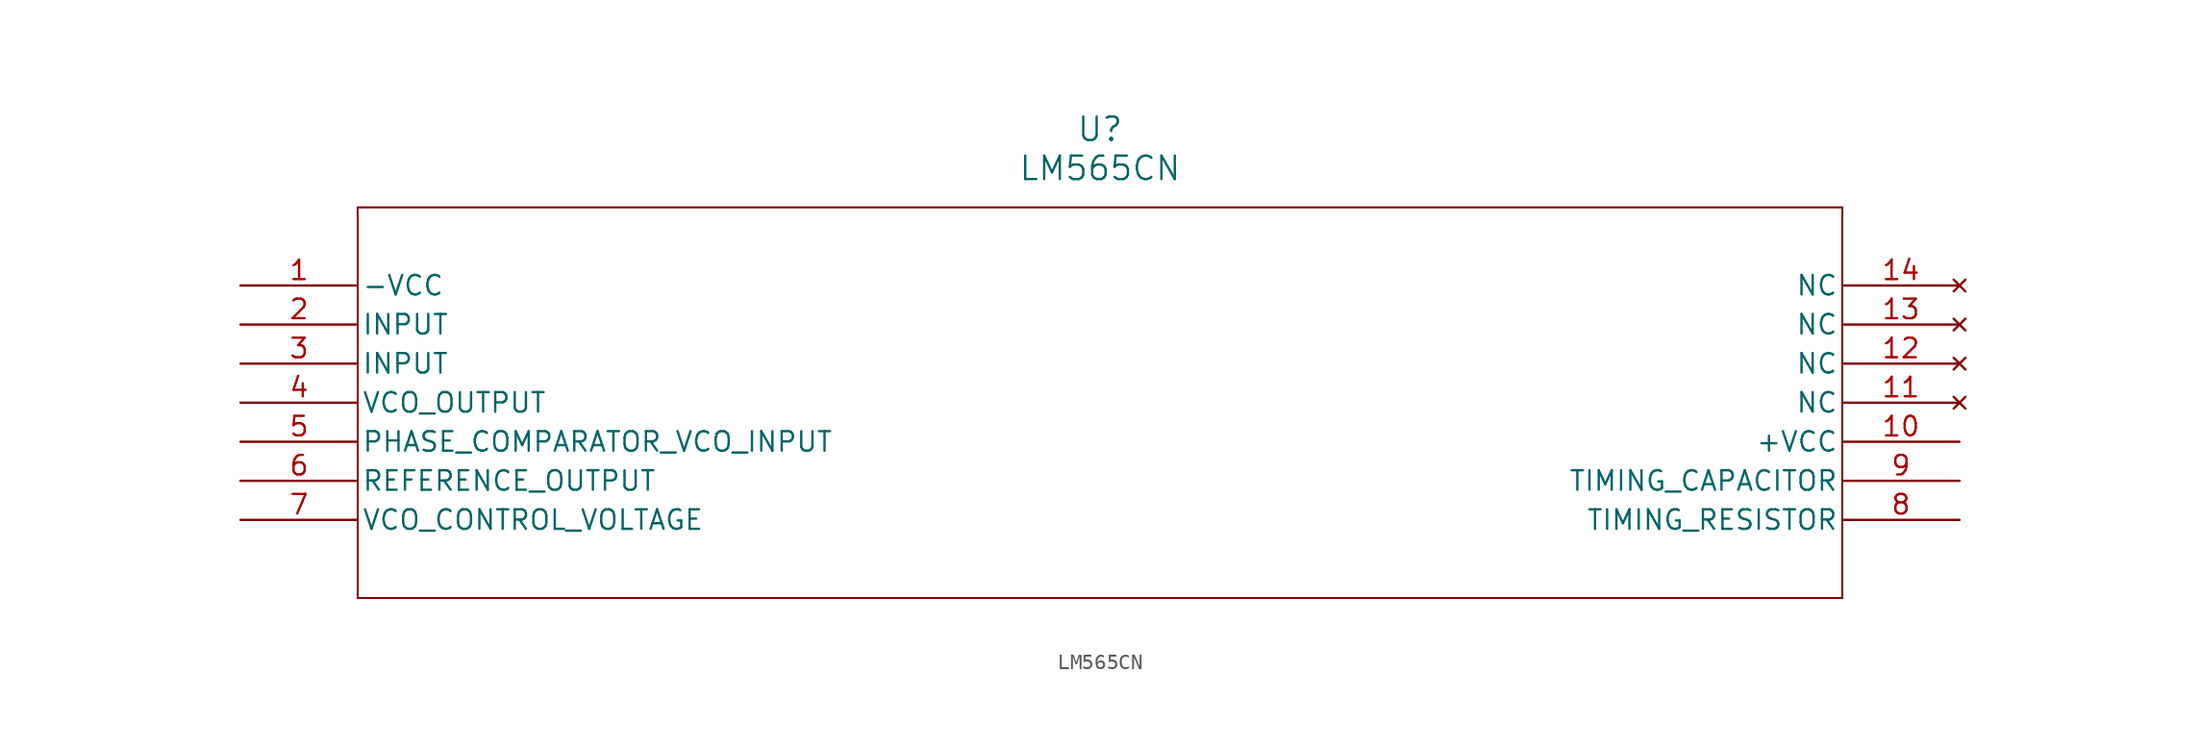
<source format=kicad_sym>
(kicad_symbol_lib
  (version 20211014)
  (generator kicad_symbol_editor)
  (symbol "LM565CN"
    (pin_names
      (offset 0.254))
    (property "Reference" "U"
      (at 55.88 10.16 0)
      (effects (font (size 1.524 1.524))))
    (property "Value" "LM565CN"
      (at 55.88 7.62 0)
      (effects (font (size 1.524 1.524))))
    (symbol "LM565CN_0_1"
      (polyline (pts (xy 7.62 5.08) (xy 7.62 -20.32)) (stroke (width 0.127) (type default) (color 0 0 0 0)) (fill (type none)))
      (polyline (pts (xy 7.62 -20.32) (xy 104.14 -20.32)) (stroke (width 0.127) (type default) (color 0 0 0 0)) (fill (type none)))
      (polyline (pts (xy 104.14 -20.32) (xy 104.14 5.08)) (stroke (width 0.127) (type default) (color 0 0 0 0)) (fill (type none)))
      (polyline (pts (xy 104.14 5.08) (xy 7.62 5.08)) (stroke (width 0.127) (type default) (color 0 0 0 0)) (fill (type none)))
      (pin power_in line (at 0 0 0) (length 7.62) (name "-VCC" (effects (font (size 1.27 1.27)))) (number "1" (effects (font (size 1.27 1.27)))))
      (pin input line (at 0 -2.54 0) (length 7.62) (name "INPUT" (effects (font (size 1.27 1.27)))) (number "2" (effects (font (size 1.27 1.27)))))
      (pin input line (at 0 -5.08 0) (length 7.62) (name "INPUT" (effects (font (size 1.27 1.27)))) (number "3" (effects (font (size 1.27 1.27)))))
      (pin output line (at 0 -7.62 0) (length 7.62) (name "VCO OUTPUT" (effects (font (size 1.27 1.27)))) (number "4" (effects (font (size 1.27 1.27)))))
      (pin unspecified line (at 0 -10.16 0) (length 7.62) (name "PHASE COMPARATOR VCO INPUT" (effects (font (size 1.27 1.27)))) (number "5" (effects (font (size 1.27 1.27)))))
      (pin output line (at 0 -12.7 0) (length 7.62) (name "REFERENCE OUTPUT" (effects (font (size 1.27 1.27)))) (number "6" (effects (font (size 1.27 1.27)))))
      (pin unspecified line (at 0 -15.24 0) (length 7.62) (name "VCO CONTROL VOLTAGE" (effects (font (size 1.27 1.27)))) (number "7" (effects (font (size 1.27 1.27)))))
      (pin unspecified line (at 111.76 -15.24 180) (length 7.62) (name "TIMING RESISTOR" (effects (font (size 1.27 1.27)))) (number "8" (effects (font (size 1.27 1.27)))))
      (pin unspecified line (at 111.76 -12.7 180) (length 7.62) (name "TIMING CAPACITOR" (effects (font (size 1.27 1.27)))) (number "9" (effects (font (size 1.27 1.27)))))
      (pin power_in line (at 111.76 -10.16 180) (length 7.62) (name "+VCC" (effects (font (size 1.27 1.27)))) (number "10" (effects (font (size 1.27 1.27)))))
      (pin no_connect line (at 111.76 -7.62 180) (length 7.62) (name "NC" (effects (font (size 1.27 1.27)))) (number "11" (effects (font (size 1.27 1.27)))))
      (pin no_connect line (at 111.76 -5.08 180) (length 7.62) (name "NC" (effects (font (size 1.27 1.27)))) (number "12" (effects (font (size 1.27 1.27)))))
      (pin no_connect line (at 111.76 -2.54 180) (length 7.62) (name "NC" (effects (font (size 1.27 1.27)))) (number "13" (effects (font (size 1.27 1.27)))))
      (pin no_connect line (at 111.76 0 180) (length 7.62) (name "NC" (effects (font (size 1.27 1.27)))) (number "14" (effects (font (size 1.27 1.27))))))))
</source>
